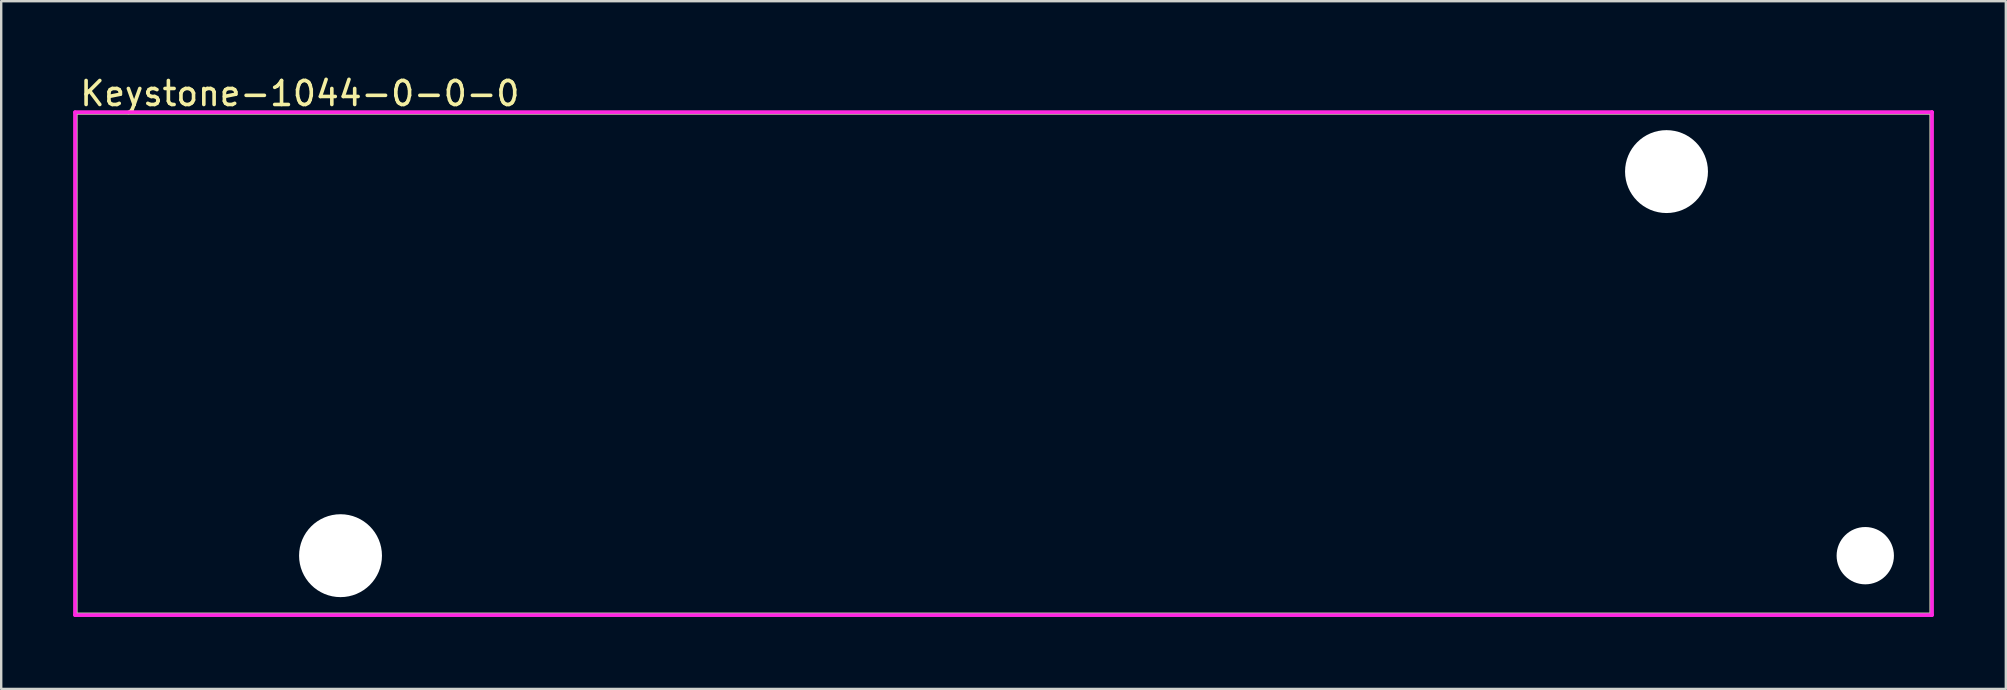
<source format=kicad_pcb>
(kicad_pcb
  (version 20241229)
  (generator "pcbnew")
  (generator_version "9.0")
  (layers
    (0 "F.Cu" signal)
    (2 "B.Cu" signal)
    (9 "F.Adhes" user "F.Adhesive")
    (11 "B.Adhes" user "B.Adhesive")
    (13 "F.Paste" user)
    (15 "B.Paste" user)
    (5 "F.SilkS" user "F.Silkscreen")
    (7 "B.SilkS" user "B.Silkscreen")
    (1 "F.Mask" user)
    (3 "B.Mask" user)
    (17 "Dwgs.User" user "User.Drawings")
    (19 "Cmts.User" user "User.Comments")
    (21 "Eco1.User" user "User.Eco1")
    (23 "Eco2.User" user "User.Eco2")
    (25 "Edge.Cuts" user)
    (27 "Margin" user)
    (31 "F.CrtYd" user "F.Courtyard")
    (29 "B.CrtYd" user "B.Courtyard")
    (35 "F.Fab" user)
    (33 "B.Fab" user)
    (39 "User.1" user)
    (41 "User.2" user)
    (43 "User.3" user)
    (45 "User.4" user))
  (footprint "Keystone-1044-0-0-0"
    (layer "F.Cu")
    (at 38.759 12.1)
    (property "Reference" "Keystone-1044-0-0-0" (at -38.559 -11.252 0) (layer "F.SilkS") (effects (font (size 1 1) (thickness 0.15)) (justify left)))
    (attr through_hole)
    (fp_line (start -38.659 -10.452) (end 38.659 -10.452) (stroke (width 0.15) (type solid)) (layer "F.SilkS"))
    (fp_line (start -38.659 10.452) (end -38.659 -10.452) (stroke (width 0.15) (type solid)) (layer "F.SilkS"))
    (fp_line (start -38.659 10.452) (end 38.659 10.452) (stroke (width 0.15) (type solid)) (layer "F.SilkS"))
    (fp_line (start 38.659 10.452) (end 38.659 -10.452) (stroke (width 0.15) (type solid)) (layer "F.SilkS"))
    (fp_line (start -38.684 -10.477) (end -38.684 10.477) (stroke (width 0.15) (type solid)) (layer "F.CrtYd"))
    (fp_line (start -38.684 10.477) (end 38.684 10.477) (stroke (width 0.15) (type solid)) (layer "F.CrtYd"))
    (fp_line (start 38.684 -10.477) (end -38.684 -10.477) (stroke (width 0.15) (type solid)) (layer "F.CrtYd"))
    (fp_line (start 38.684 -10.477) (end 38.684 -10.477) (stroke (width 0.15) (type solid)) (layer "F.CrtYd"))
    (fp_line (start 38.684 10.477) (end 38.684 -10.477) (stroke (width 0.15) (type solid)) (layer "F.CrtYd"))
    (fp_line (start -38.659 -10.452) (end 38.659 -10.452) (stroke (width 0.15) (type solid)) (layer "F.Fab"))
    (fp_line (start -38.659 10.452) (end -38.659 -10.452) (stroke (width 0.15) (type solid)) (layer "F.Fab"))
    (fp_line (start 38.659 -10.452) (end 38.659 10.452) (stroke (width 0.15) (type solid)) (layer "F.Fab"))
    (fp_line (start 38.659 10.452) (end -38.659 10.452) (stroke (width 0.15) (type solid)) (layer "F.Fab"))
    (pad "" np_thru_hole circle (at -27.622 8.001) (size 3.454 3.454) (drill 3.454) (layers "*.Cu" "*.Mask"))
    (pad "" np_thru_hole circle (at 27.622 -8.001) (size 3.454 3.454) (drill 3.454) (layers "*.Cu" "*.Mask"))
    (pad "" np_thru_hole circle (at 35.903 8.001) (size 2.388 2.388) (drill 2.388) (layers "*.Cu" "*.Mask")))
  (gr_rect
    (start -3 -3)
    (end 80.518 25.652)
    (stroke (width 0.1) (type default))
    (fill no)
    (layer "Edge.Cuts")))
</source>
